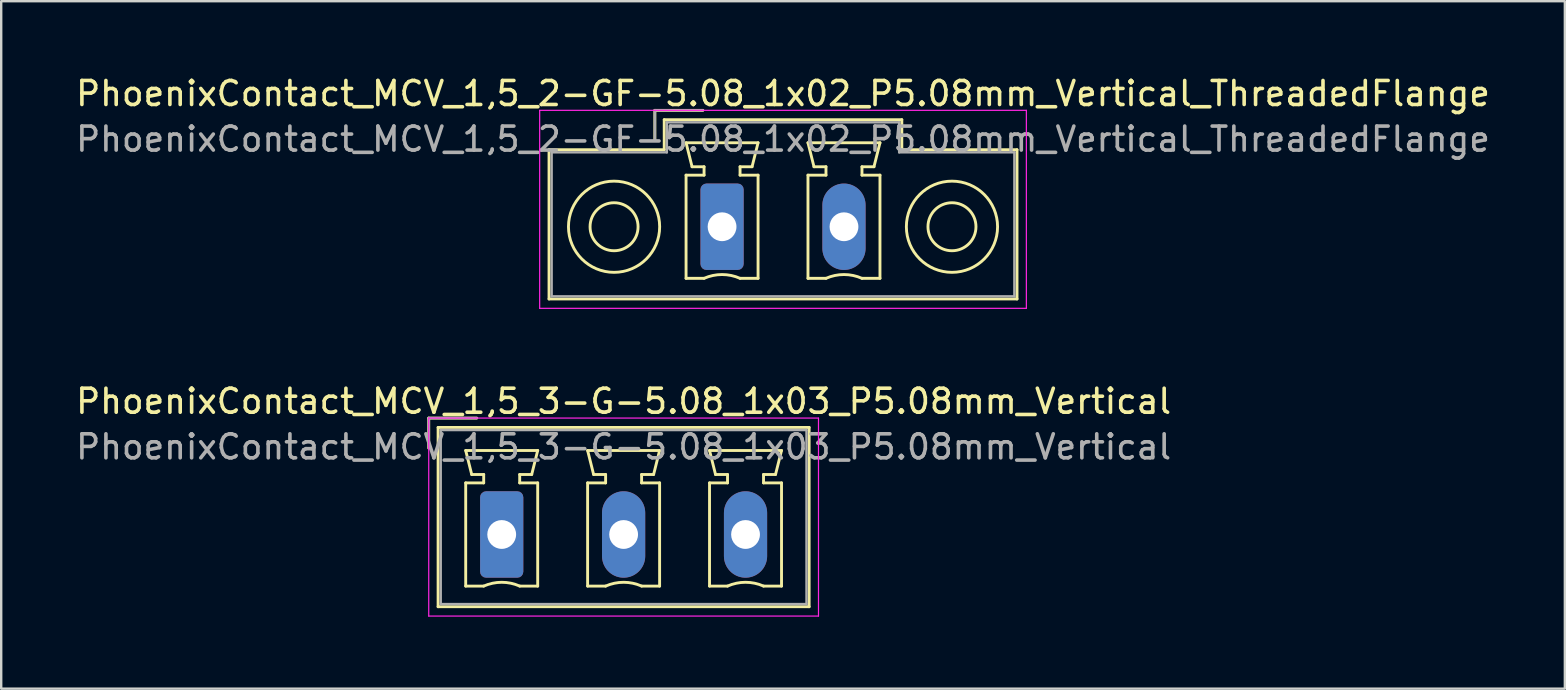
<source format=kicad_pcb>
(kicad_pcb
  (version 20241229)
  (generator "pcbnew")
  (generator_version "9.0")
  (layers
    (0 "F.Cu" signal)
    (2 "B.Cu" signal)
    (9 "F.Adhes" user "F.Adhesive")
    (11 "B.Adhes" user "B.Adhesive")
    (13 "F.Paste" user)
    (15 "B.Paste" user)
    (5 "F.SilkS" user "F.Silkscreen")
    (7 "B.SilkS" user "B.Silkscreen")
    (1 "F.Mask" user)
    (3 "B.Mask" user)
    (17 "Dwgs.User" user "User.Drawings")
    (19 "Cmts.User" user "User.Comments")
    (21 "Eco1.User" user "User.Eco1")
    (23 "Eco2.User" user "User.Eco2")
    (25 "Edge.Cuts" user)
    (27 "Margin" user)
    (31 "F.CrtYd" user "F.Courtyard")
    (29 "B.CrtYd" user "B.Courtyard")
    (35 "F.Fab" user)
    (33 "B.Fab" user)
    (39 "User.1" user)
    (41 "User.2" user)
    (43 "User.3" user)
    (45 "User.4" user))
  (footprint "PhoenixContact_MCV_1,5_2-GF-5.08_1x02_P5.08mm_Vertical_ThreadedFlange"
    (layer "F.Cu")
    (at 27.037 6.398)
    (property "Reference" "PhoenixContact_MCV_1,5_2-GF-5.08_1x02_P5.08mm_Vertical_ThreadedFlange" (at 2.54 -5.55 0) (layer "F.SilkS") (effects (font (size 1 1) (thickness 0.15))))
    (attr through_hole)
    (fp_line (start -7.21 -3.21) (end -7.21 3.01) (stroke (width 0.12) (type solid)) (layer "F.SilkS"))
    (fp_line (start -7.21 3.01) (end 12.29 3.01) (stroke (width 0.12) (type solid)) (layer "F.SilkS"))
    (fp_line (start -2.8 -4.85) (end -0.8 -4.85) (stroke (width 0.12) (type solid)) (layer "F.SilkS"))
    (fp_line (start -2.8 -3.6) (end -2.8 -4.85) (stroke (width 0.12) (type solid)) (layer "F.SilkS"))
    (fp_line (start -2.41 -4.46) (end -2.41 -3.21) (stroke (width 0.12) (type solid)) (layer "F.SilkS"))
    (fp_line (start -2.41 -3.21) (end -7.21 -3.21) (stroke (width 0.12) (type solid)) (layer "F.SilkS"))
    (fp_line (start -1.5 -3.5) (end 1.5 -3.5) (stroke (width 0.12) (type solid)) (layer "F.SilkS"))
    (fp_line (start -1.5 -2.15) (end -0.75 -2.15) (stroke (width 0.12) (type solid)) (layer "F.SilkS"))
    (fp_line (start -1.5 2.15) (end -1.5 -2.15) (stroke (width 0.12) (type solid)) (layer "F.SilkS"))
    (fp_line (start -1.25 -2.5) (end -1.5 -3.5) (stroke (width 0.12) (type solid)) (layer "F.SilkS"))
    (fp_line (start -0.75 -2.5) (end -1.25 -2.5) (stroke (width 0.12) (type solid)) (layer "F.SilkS"))
    (fp_line (start -0.75 -2.15) (end -0.75 -2.5) (stroke (width 0.12) (type solid)) (layer "F.SilkS"))
    (fp_line (start -0.75 2.15) (end -1.5 2.15) (stroke (width 0.12) (type solid)) (layer "F.SilkS"))
    (fp_line (start 0.75 -2.5) (end 0.75 -2.15) (stroke (width 0.12) (type solid)) (layer "F.SilkS"))
    (fp_line (start 0.75 -2.15) (end 1.5 -2.15) (stroke (width 0.12) (type solid)) (layer "F.SilkS"))
    (fp_line (start 1.25 -2.5) (end 0.75 -2.5) (stroke (width 0.12) (type solid)) (layer "F.SilkS"))
    (fp_line (start 1.5 -3.5) (end 1.25 -2.5) (stroke (width 0.12) (type solid)) (layer "F.SilkS"))
    (fp_line (start 1.5 -2.15) (end 1.5 2.15) (stroke (width 0.12) (type solid)) (layer "F.SilkS"))
    (fp_line (start 1.5 2.15) (end 0.75 2.15) (stroke (width 0.12) (type solid)) (layer "F.SilkS"))
    (fp_line (start 3.58 -3.5) (end 6.58 -3.5) (stroke (width 0.12) (type solid)) (layer "F.SilkS"))
    (fp_line (start 3.58 -2.15) (end 4.33 -2.15) (stroke (width 0.12) (type solid)) (layer "F.SilkS"))
    (fp_line (start 3.58 2.15) (end 3.58 -2.15) (stroke (width 0.12) (type solid)) (layer "F.SilkS"))
    (fp_line (start 3.83 -2.5) (end 3.58 -3.5) (stroke (width 0.12) (type solid)) (layer "F.SilkS"))
    (fp_line (start 4.33 -2.5) (end 3.83 -2.5) (stroke (width 0.12) (type solid)) (layer "F.SilkS"))
    (fp_line (start 4.33 -2.15) (end 4.33 -2.5) (stroke (width 0.12) (type solid)) (layer "F.SilkS"))
    (fp_line (start 4.33 2.15) (end 3.58 2.15) (stroke (width 0.12) (type solid)) (layer "F.SilkS"))
    (fp_line (start 5.83 -2.5) (end 5.83 -2.15) (stroke (width 0.12) (type solid)) (layer "F.SilkS"))
    (fp_line (start 5.83 -2.15) (end 6.58 -2.15) (stroke (width 0.12) (type solid)) (layer "F.SilkS"))
    (fp_line (start 6.33 -2.5) (end 5.83 -2.5) (stroke (width 0.12) (type solid)) (layer "F.SilkS"))
    (fp_line (start 6.58 -3.5) (end 6.33 -2.5) (stroke (width 0.12) (type solid)) (layer "F.SilkS"))
    (fp_line (start 6.58 -2.15) (end 6.58 2.15) (stroke (width 0.12) (type solid)) (layer "F.SilkS"))
    (fp_line (start 6.58 2.15) (end 5.83 2.15) (stroke (width 0.12) (type solid)) (layer "F.SilkS"))
    (fp_line (start 7.49 -4.46) (end -2.41 -4.46) (stroke (width 0.12) (type solid)) (layer "F.SilkS"))
    (fp_line (start 7.49 -3.21) (end 7.49 -4.46) (stroke (width 0.12) (type solid)) (layer "F.SilkS"))
    (fp_line (start 12.29 -3.21) (end 7.49 -3.21) (stroke (width 0.12) (type solid)) (layer "F.SilkS"))
    (fp_line (start 12.29 3.01) (end 12.29 -3.21) (stroke (width 0.12) (type solid)) (layer "F.SilkS"))
    (fp_arc (start -0.75 2.15) (mid -0.000193 1.99191) (end 0.749647 2.149844) (stroke (width 0.12) (type solid)) (layer "F.SilkS"))
    (fp_arc (start 4.33 2.15) (mid 5.079807 1.99191) (end 5.829647 2.149844) (stroke (width 0.12) (type solid)) (layer "F.SilkS"))
    (fp_circle (center -4.5 0) (end -3.5 0) (stroke (width 0.12) (type solid)) (fill no) (layer "F.SilkS"))
    (fp_circle (center -4.5 0) (end -2.6 0) (stroke (width 0.12) (type solid)) (fill no) (layer "F.SilkS"))
    (fp_circle (center 9.58 0) (end 10.58 0) (stroke (width 0.12) (type solid)) (fill no) (layer "F.SilkS"))
    (fp_circle (center 9.58 0) (end 11.48 0) (stroke (width 0.12) (type solid)) (fill no) (layer "F.SilkS"))
    (fp_line (start -7.6 -4.85) (end -7.6 3.4) (stroke (width 0.05) (type solid)) (layer "F.CrtYd"))
    (fp_line (start -7.6 3.4) (end 12.68 3.4) (stroke (width 0.05) (type solid)) (layer "F.CrtYd"))
    (fp_line (start 12.68 -4.85) (end -7.6 -4.85) (stroke (width 0.05) (type solid)) (layer "F.CrtYd"))
    (fp_line (start 12.68 3.4) (end 12.68 -4.85) (stroke (width 0.05) (type solid)) (layer "F.CrtYd"))
    (fp_line (start -7.1 -3.1) (end -7.1 2.9) (stroke (width 0.1) (type solid)) (layer "F.Fab"))
    (fp_line (start -7.1 2.9) (end 12.18 2.9) (stroke (width 0.1) (type solid)) (layer "F.Fab"))
    (fp_line (start -2.8 -4.85) (end -0.8 -4.85) (stroke (width 0.1) (type solid)) (layer "F.Fab"))
    (fp_line (start -2.8 -3.6) (end -2.8 -4.85) (stroke (width 0.1) (type solid)) (layer "F.Fab"))
    (fp_line (start -2.3 -4.35) (end -2.3 -3.1) (stroke (width 0.1) (type solid)) (layer "F.Fab"))
    (fp_line (start -2.3 -3.1) (end -7.1 -3.1) (stroke (width 0.1) (type solid)) (layer "F.Fab"))
    (fp_line (start 7.38 -4.35) (end -2.3 -4.35) (stroke (width 0.1) (type solid)) (layer "F.Fab"))
    (fp_line (start 7.38 -3.1) (end 7.38 -4.35) (stroke (width 0.1) (type solid)) (layer "F.Fab"))
    (fp_line (start 12.18 -3.1) (end 7.38 -3.1) (stroke (width 0.1) (type solid)) (layer "F.Fab"))
    (fp_line (start 12.18 2.9) (end 12.18 -3.1) (stroke (width 0.1) (type solid)) (layer "F.Fab"))
    (fp_text user "${REFERENCE}" (at 2.54 -3.65 0) (layer "F.Fab") (effects (font (size 1 1) (thickness 0.15))))
    (pad "1" thru_hole roundrect (at 0 0) (size 1.8 3.6) (drill 1.2) (layers "*.Cu" "*.Mask") (roundrect_rratio 0.139))
    (pad "2" thru_hole oval (at 5.08 0) (size 1.8 3.6) (drill 1.2) (layers "*.Cu" "*.Mask")))
  (footprint "PhoenixContact_MCV_1,5_3-G-5.08_1x03_P5.08mm_Vertical"
    (layer "F.Cu")
    (at 17.855 19.221)
    (property "Reference" "PhoenixContact_MCV_1,5_3-G-5.08_1x03_P5.08mm_Vertical" (at 5.08 -5.55 0) (layer "F.SilkS") (effects (font (size 1 1) (thickness 0.15))))
    (attr through_hole)
    (fp_line (start -3.04 -4.85) (end -1.04 -4.85) (stroke (width 0.12) (type solid)) (layer "F.SilkS"))
    (fp_line (start -3.04 -3.6) (end -3.04 -4.85) (stroke (width 0.12) (type solid)) (layer "F.SilkS"))
    (fp_line (start -2.65 -4.46) (end -2.65 3.01) (stroke (width 0.12) (type solid)) (layer "F.SilkS"))
    (fp_line (start -2.65 3.01) (end 12.81 3.01) (stroke (width 0.12) (type solid)) (layer "F.SilkS"))
    (fp_line (start -1.5 -3.5) (end 1.5 -3.5) (stroke (width 0.12) (type solid)) (layer "F.SilkS"))
    (fp_line (start -1.5 -2.15) (end -0.75 -2.15) (stroke (width 0.12) (type solid)) (layer "F.SilkS"))
    (fp_line (start -1.5 2.15) (end -1.5 -2.15) (stroke (width 0.12) (type solid)) (layer "F.SilkS"))
    (fp_line (start -1.25 -2.5) (end -1.5 -3.5) (stroke (width 0.12) (type solid)) (layer "F.SilkS"))
    (fp_line (start -0.75 -2.5) (end -1.25 -2.5) (stroke (width 0.12) (type solid)) (layer "F.SilkS"))
    (fp_line (start -0.75 -2.15) (end -0.75 -2.5) (stroke (width 0.12) (type solid)) (layer "F.SilkS"))
    (fp_line (start -0.75 2.15) (end -1.5 2.15) (stroke (width 0.12) (type solid)) (layer "F.SilkS"))
    (fp_line (start 0.75 -2.5) (end 0.75 -2.15) (stroke (width 0.12) (type solid)) (layer "F.SilkS"))
    (fp_line (start 0.75 -2.15) (end 1.5 -2.15) (stroke (width 0.12) (type solid)) (layer "F.SilkS"))
    (fp_line (start 1.25 -2.5) (end 0.75 -2.5) (stroke (width 0.12) (type solid)) (layer "F.SilkS"))
    (fp_line (start 1.5 -3.5) (end 1.25 -2.5) (stroke (width 0.12) (type solid)) (layer "F.SilkS"))
    (fp_line (start 1.5 -2.15) (end 1.5 2.15) (stroke (width 0.12) (type solid)) (layer "F.SilkS"))
    (fp_line (start 1.5 2.15) (end 0.75 2.15) (stroke (width 0.12) (type solid)) (layer "F.SilkS"))
    (fp_line (start 3.58 -3.5) (end 6.58 -3.5) (stroke (width 0.12) (type solid)) (layer "F.SilkS"))
    (fp_line (start 3.58 -2.15) (end 4.33 -2.15) (stroke (width 0.12) (type solid)) (layer "F.SilkS"))
    (fp_line (start 3.58 2.15) (end 3.58 -2.15) (stroke (width 0.12) (type solid)) (layer "F.SilkS"))
    (fp_line (start 3.83 -2.5) (end 3.58 -3.5) (stroke (width 0.12) (type solid)) (layer "F.SilkS"))
    (fp_line (start 4.33 -2.5) (end 3.83 -2.5) (stroke (width 0.12) (type solid)) (layer "F.SilkS"))
    (fp_line (start 4.33 -2.15) (end 4.33 -2.5) (stroke (width 0.12) (type solid)) (layer "F.SilkS"))
    (fp_line (start 4.33 2.15) (end 3.58 2.15) (stroke (width 0.12) (type solid)) (layer "F.SilkS"))
    (fp_line (start 5.83 -2.5) (end 5.83 -2.15) (stroke (width 0.12) (type solid)) (layer "F.SilkS"))
    (fp_line (start 5.83 -2.15) (end 6.58 -2.15) (stroke (width 0.12) (type solid)) (layer "F.SilkS"))
    (fp_line (start 6.33 -2.5) (end 5.83 -2.5) (stroke (width 0.12) (type solid)) (layer "F.SilkS"))
    (fp_line (start 6.58 -3.5) (end 6.33 -2.5) (stroke (width 0.12) (type solid)) (layer "F.SilkS"))
    (fp_line (start 6.58 -2.15) (end 6.58 2.15) (stroke (width 0.12) (type solid)) (layer "F.SilkS"))
    (fp_line (start 6.58 2.15) (end 5.83 2.15) (stroke (width 0.12) (type solid)) (layer "F.SilkS"))
    (fp_line (start 8.66 -3.5) (end 11.66 -3.5) (stroke (width 0.12) (type solid)) (layer "F.SilkS"))
    (fp_line (start 8.66 -2.15) (end 9.41 -2.15) (stroke (width 0.12) (type solid)) (layer "F.SilkS"))
    (fp_line (start 8.66 2.15) (end 8.66 -2.15) (stroke (width 0.12) (type solid)) (layer "F.SilkS"))
    (fp_line (start 8.91 -2.5) (end 8.66 -3.5) (stroke (width 0.12) (type solid)) (layer "F.SilkS"))
    (fp_line (start 9.41 -2.5) (end 8.91 -2.5) (stroke (width 0.12) (type solid)) (layer "F.SilkS"))
    (fp_line (start 9.41 -2.15) (end 9.41 -2.5) (stroke (width 0.12) (type solid)) (layer "F.SilkS"))
    (fp_line (start 9.41 2.15) (end 8.66 2.15) (stroke (width 0.12) (type solid)) (layer "F.SilkS"))
    (fp_line (start 10.91 -2.5) (end 10.91 -2.15) (stroke (width 0.12) (type solid)) (layer "F.SilkS"))
    (fp_line (start 10.91 -2.15) (end 11.66 -2.15) (stroke (width 0.12) (type solid)) (layer "F.SilkS"))
    (fp_line (start 11.41 -2.5) (end 10.91 -2.5) (stroke (width 0.12) (type solid)) (layer "F.SilkS"))
    (fp_line (start 11.66 -3.5) (end 11.41 -2.5) (stroke (width 0.12) (type solid)) (layer "F.SilkS"))
    (fp_line (start 11.66 -2.15) (end 11.66 2.15) (stroke (width 0.12) (type solid)) (layer "F.SilkS"))
    (fp_line (start 11.66 2.15) (end 10.91 2.15) (stroke (width 0.12) (type solid)) (layer "F.SilkS"))
    (fp_line (start 12.81 -4.46) (end -2.65 -4.46) (stroke (width 0.12) (type solid)) (layer "F.SilkS"))
    (fp_line (start 12.81 3.01) (end 12.81 -4.46) (stroke (width 0.12) (type solid)) (layer "F.SilkS"))
    (fp_arc (start -0.75 2.15) (mid -0.000193 1.99191) (end 0.749647 2.149844) (stroke (width 0.12) (type solid)) (layer "F.SilkS"))
    (fp_arc (start 4.33 2.15) (mid 5.079807 1.99191) (end 5.829647 2.149844) (stroke (width 0.12) (type solid)) (layer "F.SilkS"))
    (fp_arc (start 9.41 2.15) (mid 10.159807 1.99191) (end 10.909647 2.149844) (stroke (width 0.12) (type solid)) (layer "F.SilkS"))
    (fp_line (start -3.04 -4.85) (end -3.04 3.4) (stroke (width 0.05) (type solid)) (layer "F.CrtYd"))
    (fp_line (start -3.04 3.4) (end 13.2 3.4) (stroke (width 0.05) (type solid)) (layer "F.CrtYd"))
    (fp_line (start 13.2 -4.85) (end -3.04 -4.85) (stroke (width 0.05) (type solid)) (layer "F.CrtYd"))
    (fp_line (start 13.2 3.4) (end 13.2 -4.85) (stroke (width 0.05) (type solid)) (layer "F.CrtYd"))
    (fp_line (start -3.04 -4.85) (end -1.04 -4.85) (stroke (width 0.1) (type solid)) (layer "F.Fab"))
    (fp_line (start -3.04 -3.6) (end -3.04 -4.85) (stroke (width 0.1) (type solid)) (layer "F.Fab"))
    (fp_line (start -2.54 -4.35) (end -2.54 2.9) (stroke (width 0.1) (type solid)) (layer "F.Fab"))
    (fp_line (start -2.54 2.9) (end 12.7 2.9) (stroke (width 0.1) (type solid)) (layer "F.Fab"))
    (fp_line (start 12.7 -4.35) (end -2.54 -4.35) (stroke (width 0.1) (type solid)) (layer "F.Fab"))
    (fp_line (start 12.7 2.9) (end 12.7 -4.35) (stroke (width 0.1) (type solid)) (layer "F.Fab"))
    (fp_text user "${REFERENCE}" (at 5.08 -3.65 0) (layer "F.Fab") (effects (font (size 1 1) (thickness 0.15))))
    (pad "1" thru_hole roundrect (at 0 0) (size 1.8 3.6) (drill 1.2) (layers "*.Cu" "*.Mask") (roundrect_rratio 0.139))
    (pad "2" thru_hole oval (at 5.08 0) (size 1.8 3.6) (drill 1.2) (layers "*.Cu" "*.Mask"))
    (pad "3" thru_hole oval (at 10.16 0) (size 1.8 3.6) (drill 1.2) (layers "*.Cu" "*.Mask")))
  (gr_rect
    (start -3 -3)
    (end 62.155 25.646)
    (stroke (width 0.1) (type default))
    (fill no)
    (layer "Edge.Cuts")))
</source>
